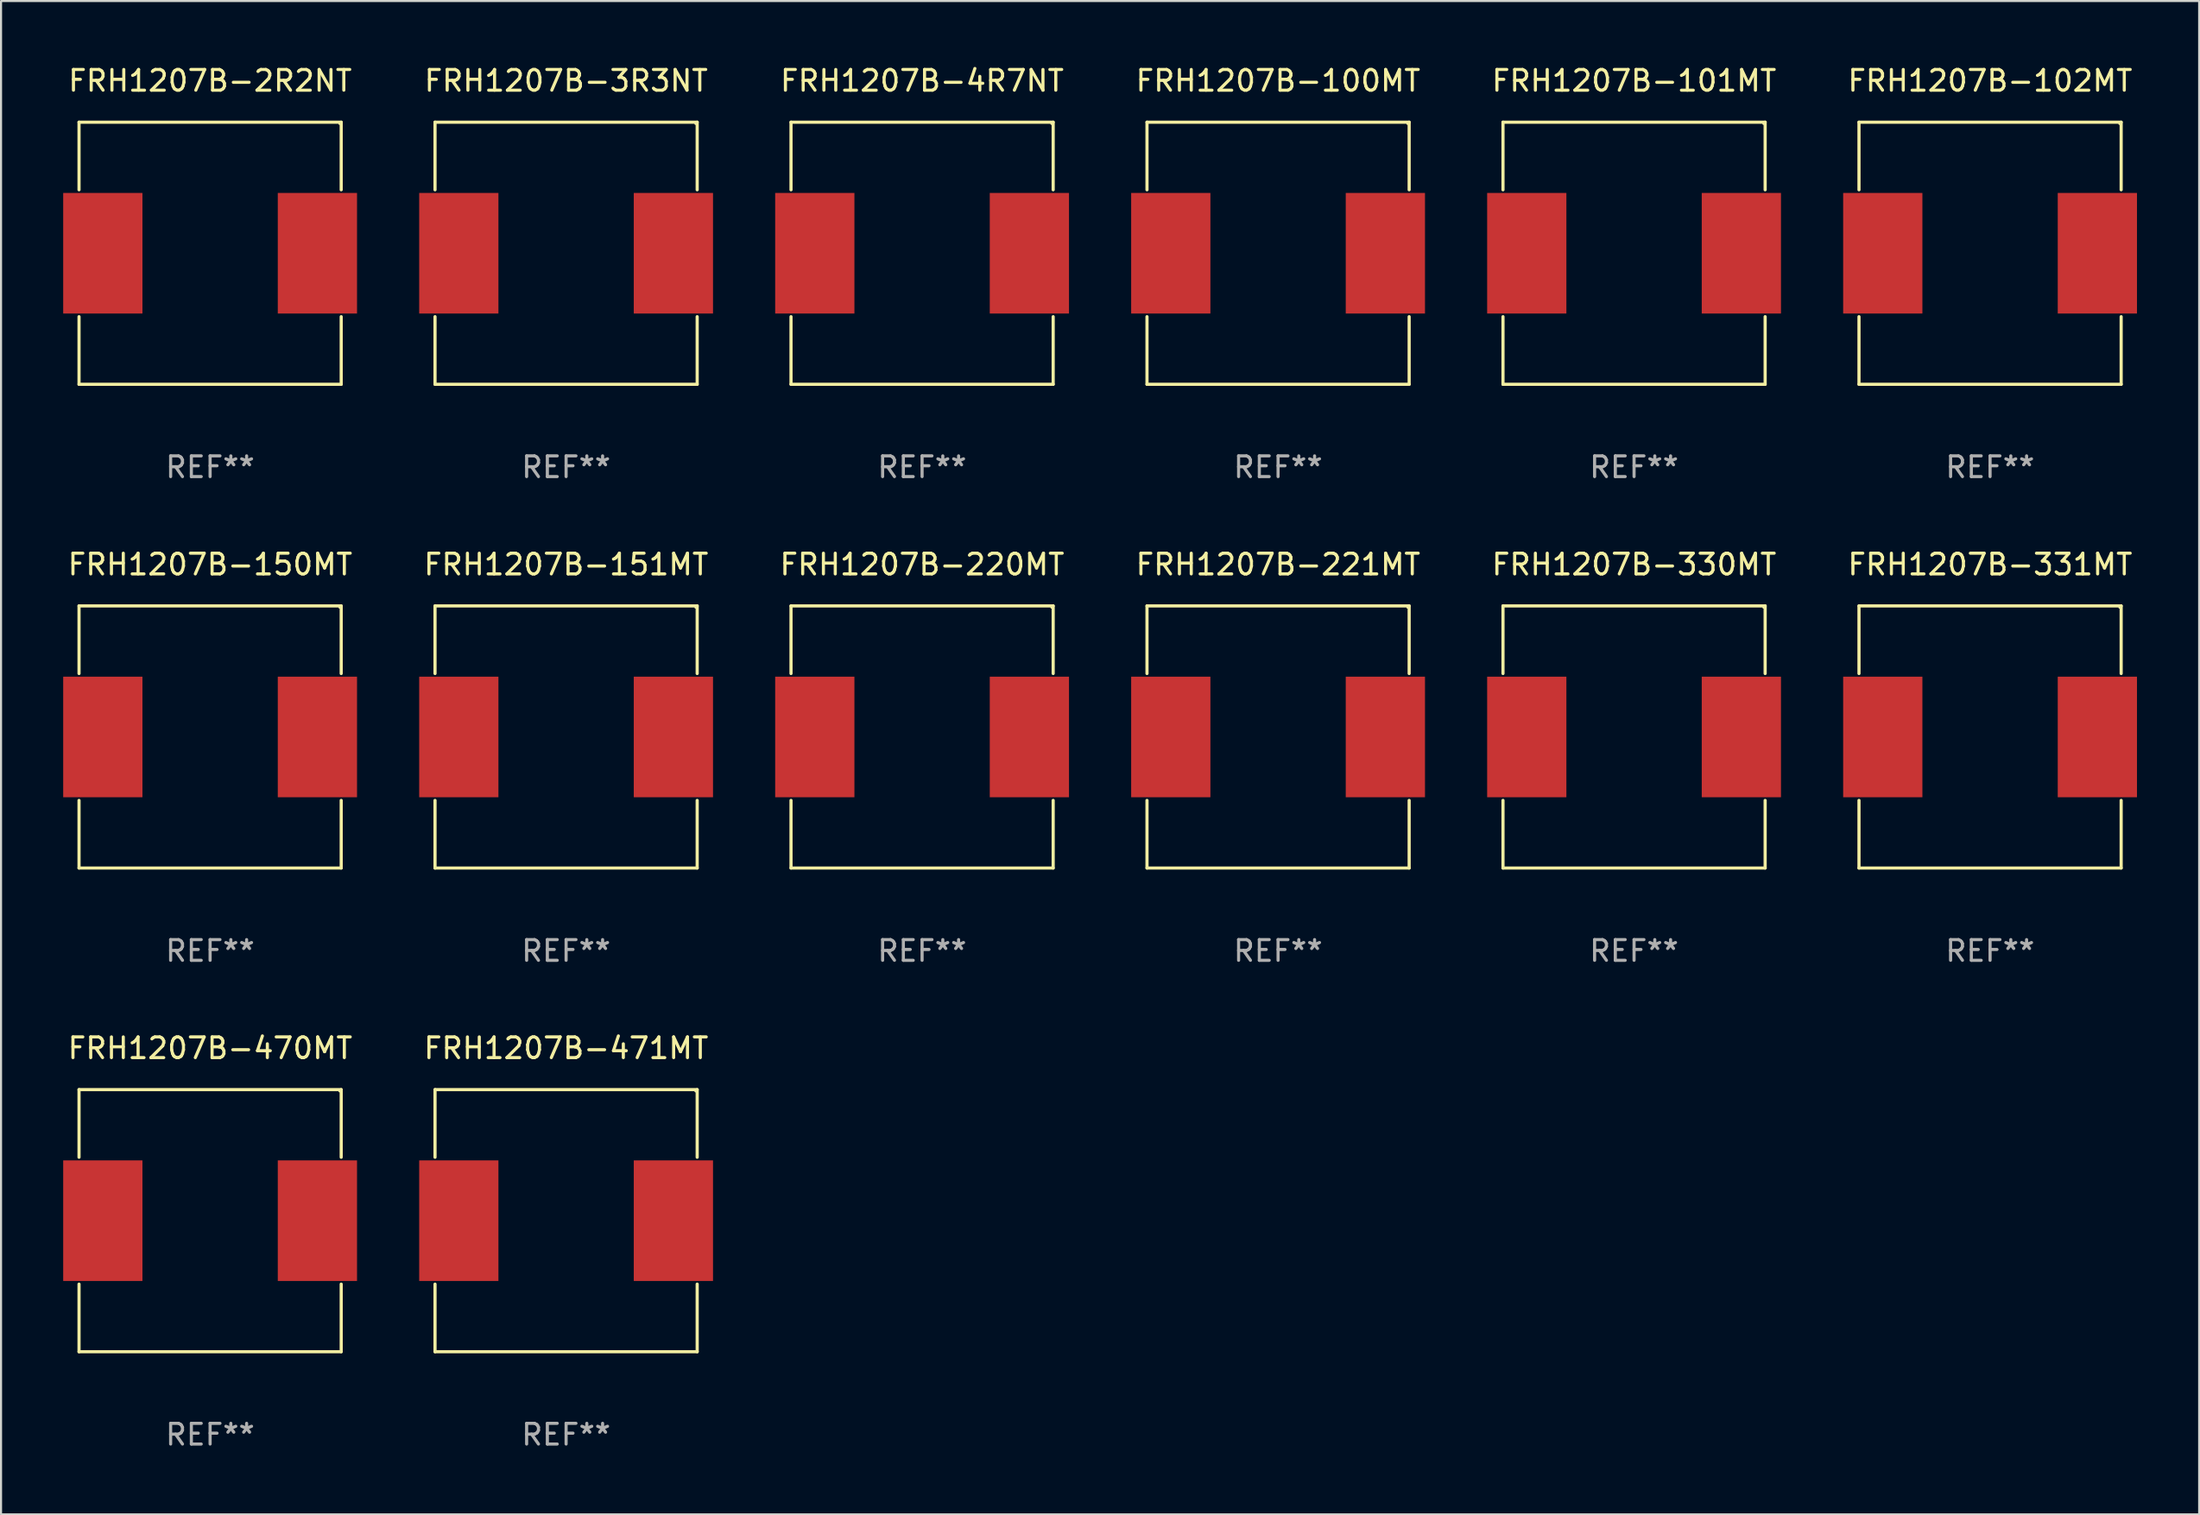
<source format=kicad_pcb>
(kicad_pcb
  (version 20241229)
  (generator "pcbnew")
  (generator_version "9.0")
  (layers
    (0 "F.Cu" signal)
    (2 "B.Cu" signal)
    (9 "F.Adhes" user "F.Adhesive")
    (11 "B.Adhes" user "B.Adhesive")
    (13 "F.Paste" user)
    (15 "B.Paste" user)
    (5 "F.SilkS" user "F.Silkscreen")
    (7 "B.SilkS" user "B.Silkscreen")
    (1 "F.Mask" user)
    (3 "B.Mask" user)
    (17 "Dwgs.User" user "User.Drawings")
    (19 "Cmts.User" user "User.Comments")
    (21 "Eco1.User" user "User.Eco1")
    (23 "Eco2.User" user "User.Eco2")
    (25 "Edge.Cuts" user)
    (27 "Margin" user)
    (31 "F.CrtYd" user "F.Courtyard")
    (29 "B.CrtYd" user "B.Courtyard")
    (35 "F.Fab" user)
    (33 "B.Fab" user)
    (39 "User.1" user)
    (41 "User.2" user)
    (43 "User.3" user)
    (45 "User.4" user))
  (footprint "FRH1207B-471MT"
    (layer "F.Cu")
    (at 24.27 55.872)
    (property "Reference" "FRH1207B-471MT" (at 0 -8.326 0) (layer "F.SilkS") (effects (font (size 1 1) (thickness 0.15))))
    (attr through_hole)
    (fp_line (start -6.326 -6.326) (end 6.326 -6.326) (stroke (width 0.152) (type solid)) (layer "F.SilkS"))
    (fp_line (start -6.326 -3.062) (end -6.326 -6.326) (stroke (width 0.152) (type solid)) (layer "F.SilkS"))
    (fp_line (start -6.326 3.062) (end -6.326 6.326) (stroke (width 0.152) (type solid)) (layer "F.SilkS"))
    (fp_line (start -6.326 6.326) (end 6.326 6.326) (stroke (width 0.152) (type solid)) (layer "F.SilkS"))
    (fp_line (start 6.326 -6.326) (end 6.326 -3.062) (stroke (width 0.152) (type solid)) (layer "F.SilkS"))
    (fp_line (start 6.326 6.326) (end 6.326 3.062) (stroke (width 0.152) (type solid)) (layer "F.SilkS"))
    (fp_circle (center 6.25 -6.25) (end 6.28 -6.25) (stroke (width 0.06) (type solid)) (fill no) (layer "F.SilkS"))
    (fp_text user "REF**" (at 0 10.326 0) (layer "F.Fab") (effects (font (size 1 1) (thickness 0.15))))
    (pad "1" smd rect (at 5.178 0) (size 3.824 5.82) (layers "F.Cu" "F.Mask" "F.Paste"))
    (pad "2" smd rect (at -5.178 0) (size 3.824 5.82) (layers "F.Cu" "F.Mask" "F.Paste")))
  (footprint "FRH1207B-220MT"
    (layer "F.Cu")
    (at 41.45 32.523)
    (property "Reference" "FRH1207B-220MT" (at 0 -8.326 0) (layer "F.SilkS") (effects (font (size 1 1) (thickness 0.15))))
    (attr through_hole)
    (fp_line (start -6.326 -6.326) (end 6.326 -6.326) (stroke (width 0.152) (type solid)) (layer "F.SilkS"))
    (fp_line (start -6.326 -3.062) (end -6.326 -6.326) (stroke (width 0.152) (type solid)) (layer "F.SilkS"))
    (fp_line (start -6.326 3.062) (end -6.326 6.326) (stroke (width 0.152) (type solid)) (layer "F.SilkS"))
    (fp_line (start -6.326 6.326) (end 6.326 6.326) (stroke (width 0.152) (type solid)) (layer "F.SilkS"))
    (fp_line (start 6.326 -6.326) (end 6.326 -3.062) (stroke (width 0.152) (type solid)) (layer "F.SilkS"))
    (fp_line (start 6.326 6.326) (end 6.326 3.062) (stroke (width 0.152) (type solid)) (layer "F.SilkS"))
    (fp_circle (center 6.25 -6.25) (end 6.28 -6.25) (stroke (width 0.06) (type solid)) (fill no) (layer "F.SilkS"))
    (fp_text user "REF**" (at 0 10.326 0) (layer "F.Fab") (effects (font (size 1 1) (thickness 0.15))))
    (pad "1" smd rect (at 5.178 0) (size 3.824 5.82) (layers "F.Cu" "F.Mask" "F.Paste"))
    (pad "2" smd rect (at -5.178 0) (size 3.824 5.82) (layers "F.Cu" "F.Mask" "F.Paste")))
  (footprint "FRH1207B-221MT"
    (layer "F.Cu")
    (at 58.63 32.523)
    (property "Reference" "FRH1207B-221MT" (at 0 -8.326 0) (layer "F.SilkS") (effects (font (size 1 1) (thickness 0.15))))
    (attr through_hole)
    (fp_line (start -6.326 -6.326) (end 6.326 -6.326) (stroke (width 0.152) (type solid)) (layer "F.SilkS"))
    (fp_line (start -6.326 -3.062) (end -6.326 -6.326) (stroke (width 0.152) (type solid)) (layer "F.SilkS"))
    (fp_line (start -6.326 3.062) (end -6.326 6.326) (stroke (width 0.152) (type solid)) (layer "F.SilkS"))
    (fp_line (start -6.326 6.326) (end 6.326 6.326) (stroke (width 0.152) (type solid)) (layer "F.SilkS"))
    (fp_line (start 6.326 -6.326) (end 6.326 -3.062) (stroke (width 0.152) (type solid)) (layer "F.SilkS"))
    (fp_line (start 6.326 6.326) (end 6.326 3.062) (stroke (width 0.152) (type solid)) (layer "F.SilkS"))
    (fp_circle (center 6.25 -6.25) (end 6.28 -6.25) (stroke (width 0.06) (type solid)) (fill no) (layer "F.SilkS"))
    (fp_text user "REF**" (at 0 10.326 0) (layer "F.Fab") (effects (font (size 1 1) (thickness 0.15))))
    (pad "1" smd rect (at 5.178 0) (size 3.824 5.82) (layers "F.Cu" "F.Mask" "F.Paste"))
    (pad "2" smd rect (at -5.178 0) (size 3.824 5.82) (layers "F.Cu" "F.Mask" "F.Paste")))
  (footprint "FRH1207B-151MT"
    (layer "F.Cu")
    (at 24.27 32.523)
    (property "Reference" "FRH1207B-151MT" (at 0 -8.326 0) (layer "F.SilkS") (effects (font (size 1 1) (thickness 0.15))))
    (attr through_hole)
    (fp_line (start -6.326 -6.326) (end 6.326 -6.326) (stroke (width 0.152) (type solid)) (layer "F.SilkS"))
    (fp_line (start -6.326 -3.062) (end -6.326 -6.326) (stroke (width 0.152) (type solid)) (layer "F.SilkS"))
    (fp_line (start -6.326 3.062) (end -6.326 6.326) (stroke (width 0.152) (type solid)) (layer "F.SilkS"))
    (fp_line (start -6.326 6.326) (end 6.326 6.326) (stroke (width 0.152) (type solid)) (layer "F.SilkS"))
    (fp_line (start 6.326 -6.326) (end 6.326 -3.062) (stroke (width 0.152) (type solid)) (layer "F.SilkS"))
    (fp_line (start 6.326 6.326) (end 6.326 3.062) (stroke (width 0.152) (type solid)) (layer "F.SilkS"))
    (fp_circle (center 6.25 -6.25) (end 6.28 -6.25) (stroke (width 0.06) (type solid)) (fill no) (layer "F.SilkS"))
    (fp_text user "REF**" (at 0 10.326 0) (layer "F.Fab") (effects (font (size 1 1) (thickness 0.15))))
    (pad "1" smd rect (at 5.178 0) (size 3.824 5.82) (layers "F.Cu" "F.Mask" "F.Paste"))
    (pad "2" smd rect (at -5.178 0) (size 3.824 5.82) (layers "F.Cu" "F.Mask" "F.Paste")))
  (footprint "FRH1207B-102MT"
    (layer "F.Cu")
    (at 92.991 9.174)
    (property "Reference" "FRH1207B-102MT" (at 0 -8.326 0) (layer "F.SilkS") (effects (font (size 1 1) (thickness 0.15))))
    (attr through_hole)
    (fp_line (start -6.326 -6.326) (end 6.326 -6.326) (stroke (width 0.152) (type solid)) (layer "F.SilkS"))
    (fp_line (start -6.326 -3.062) (end -6.326 -6.326) (stroke (width 0.152) (type solid)) (layer "F.SilkS"))
    (fp_line (start -6.326 3.062) (end -6.326 6.326) (stroke (width 0.152) (type solid)) (layer "F.SilkS"))
    (fp_line (start -6.326 6.326) (end 6.326 6.326) (stroke (width 0.152) (type solid)) (layer "F.SilkS"))
    (fp_line (start 6.326 -6.326) (end 6.326 -3.062) (stroke (width 0.152) (type solid)) (layer "F.SilkS"))
    (fp_line (start 6.326 6.326) (end 6.326 3.062) (stroke (width 0.152) (type solid)) (layer "F.SilkS"))
    (fp_circle (center 6.25 -6.25) (end 6.28 -6.25) (stroke (width 0.06) (type solid)) (fill no) (layer "F.SilkS"))
    (fp_text user "REF**" (at 0 10.326 0) (layer "F.Fab") (effects (font (size 1 1) (thickness 0.15))))
    (pad "1" smd rect (at 5.178 0) (size 3.824 5.82) (layers "F.Cu" "F.Mask" "F.Paste"))
    (pad "2" smd rect (at -5.178 0) (size 3.824 5.82) (layers "F.Cu" "F.Mask" "F.Paste")))
  (footprint "FRH1207B-470MT"
    (layer "F.Cu")
    (at 7.09 55.872)
    (property "Reference" "FRH1207B-470MT" (at 0 -8.326 0) (layer "F.SilkS") (effects (font (size 1 1) (thickness 0.15))))
    (attr through_hole)
    (fp_line (start -6.326 -6.326) (end 6.326 -6.326) (stroke (width 0.152) (type solid)) (layer "F.SilkS"))
    (fp_line (start -6.326 -3.062) (end -6.326 -6.326) (stroke (width 0.152) (type solid)) (layer "F.SilkS"))
    (fp_line (start -6.326 3.062) (end -6.326 6.326) (stroke (width 0.152) (type solid)) (layer "F.SilkS"))
    (fp_line (start -6.326 6.326) (end 6.326 6.326) (stroke (width 0.152) (type solid)) (layer "F.SilkS"))
    (fp_line (start 6.326 -6.326) (end 6.326 -3.062) (stroke (width 0.152) (type solid)) (layer "F.SilkS"))
    (fp_line (start 6.326 6.326) (end 6.326 3.062) (stroke (width 0.152) (type solid)) (layer "F.SilkS"))
    (fp_circle (center 6.25 -6.25) (end 6.28 -6.25) (stroke (width 0.06) (type solid)) (fill no) (layer "F.SilkS"))
    (fp_text user "REF**" (at 0 10.326 0) (layer "F.Fab") (effects (font (size 1 1) (thickness 0.15))))
    (pad "1" smd rect (at 5.178 0) (size 3.824 5.82) (layers "F.Cu" "F.Mask" "F.Paste"))
    (pad "2" smd rect (at -5.178 0) (size 3.824 5.82) (layers "F.Cu" "F.Mask" "F.Paste")))
  (footprint "FRH1207B-330MT"
    (layer "F.Cu")
    (at 75.81 32.523)
    (property "Reference" "FRH1207B-330MT" (at 0 -8.326 0) (layer "F.SilkS") (effects (font (size 1 1) (thickness 0.15))))
    (attr through_hole)
    (fp_line (start -6.326 -6.326) (end 6.326 -6.326) (stroke (width 0.152) (type solid)) (layer "F.SilkS"))
    (fp_line (start -6.326 -3.062) (end -6.326 -6.326) (stroke (width 0.152) (type solid)) (layer "F.SilkS"))
    (fp_line (start -6.326 3.062) (end -6.326 6.326) (stroke (width 0.152) (type solid)) (layer "F.SilkS"))
    (fp_line (start -6.326 6.326) (end 6.326 6.326) (stroke (width 0.152) (type solid)) (layer "F.SilkS"))
    (fp_line (start 6.326 -6.326) (end 6.326 -3.062) (stroke (width 0.152) (type solid)) (layer "F.SilkS"))
    (fp_line (start 6.326 6.326) (end 6.326 3.062) (stroke (width 0.152) (type solid)) (layer "F.SilkS"))
    (fp_circle (center 6.25 -6.25) (end 6.28 -6.25) (stroke (width 0.06) (type solid)) (fill no) (layer "F.SilkS"))
    (fp_text user "REF**" (at 0 10.326 0) (layer "F.Fab") (effects (font (size 1 1) (thickness 0.15))))
    (pad "1" smd rect (at 5.178 0) (size 3.824 5.82) (layers "F.Cu" "F.Mask" "F.Paste"))
    (pad "2" smd rect (at -5.178 0) (size 3.824 5.82) (layers "F.Cu" "F.Mask" "F.Paste")))
  (footprint "FRH1207B-100MT"
    (layer "F.Cu")
    (at 58.63 9.174)
    (property "Reference" "FRH1207B-100MT" (at 0 -8.326 0) (layer "F.SilkS") (effects (font (size 1 1) (thickness 0.15))))
    (attr through_hole)
    (fp_line (start -6.326 -6.326) (end 6.326 -6.326) (stroke (width 0.152) (type solid)) (layer "F.SilkS"))
    (fp_line (start -6.326 -3.062) (end -6.326 -6.326) (stroke (width 0.152) (type solid)) (layer "F.SilkS"))
    (fp_line (start -6.326 3.062) (end -6.326 6.326) (stroke (width 0.152) (type solid)) (layer "F.SilkS"))
    (fp_line (start -6.326 6.326) (end 6.326 6.326) (stroke (width 0.152) (type solid)) (layer "F.SilkS"))
    (fp_line (start 6.326 -6.326) (end 6.326 -3.062) (stroke (width 0.152) (type solid)) (layer "F.SilkS"))
    (fp_line (start 6.326 6.326) (end 6.326 3.062) (stroke (width 0.152) (type solid)) (layer "F.SilkS"))
    (fp_circle (center 6.25 -6.25) (end 6.28 -6.25) (stroke (width 0.06) (type solid)) (fill no) (layer "F.SilkS"))
    (fp_text user "REF**" (at 0 10.326 0) (layer "F.Fab") (effects (font (size 1 1) (thickness 0.15))))
    (pad "1" smd rect (at 5.178 0) (size 3.824 5.82) (layers "F.Cu" "F.Mask" "F.Paste"))
    (pad "2" smd rect (at -5.178 0) (size 3.824 5.82) (layers "F.Cu" "F.Mask" "F.Paste")))
  (footprint "FRH1207B-3R3NT"
    (layer "F.Cu")
    (at 24.27 9.174)
    (property "Reference" "FRH1207B-3R3NT" (at 0 -8.326 0) (layer "F.SilkS") (effects (font (size 1 1) (thickness 0.15))))
    (attr through_hole)
    (fp_line (start -6.326 -6.326) (end 6.326 -6.326) (stroke (width 0.152) (type solid)) (layer "F.SilkS"))
    (fp_line (start -6.326 -3.062) (end -6.326 -6.326) (stroke (width 0.152) (type solid)) (layer "F.SilkS"))
    (fp_line (start -6.326 3.062) (end -6.326 6.326) (stroke (width 0.152) (type solid)) (layer "F.SilkS"))
    (fp_line (start -6.326 6.326) (end 6.326 6.326) (stroke (width 0.152) (type solid)) (layer "F.SilkS"))
    (fp_line (start 6.326 -6.326) (end 6.326 -3.062) (stroke (width 0.152) (type solid)) (layer "F.SilkS"))
    (fp_line (start 6.326 6.326) (end 6.326 3.062) (stroke (width 0.152) (type solid)) (layer "F.SilkS"))
    (fp_circle (center 6.25 -6.25) (end 6.28 -6.25) (stroke (width 0.06) (type solid)) (fill no) (layer "F.SilkS"))
    (fp_text user "REF**" (at 0 10.326 0) (layer "F.Fab") (effects (font (size 1 1) (thickness 0.15))))
    (pad "1" smd rect (at 5.178 0) (size 3.824 5.82) (layers "F.Cu" "F.Mask" "F.Paste"))
    (pad "2" smd rect (at -5.178 0) (size 3.824 5.82) (layers "F.Cu" "F.Mask" "F.Paste")))
  (footprint "FRH1207B-150MT"
    (layer "F.Cu")
    (at 7.09 32.523)
    (property "Reference" "FRH1207B-150MT" (at 0 -8.326 0) (layer "F.SilkS") (effects (font (size 1 1) (thickness 0.15))))
    (attr through_hole)
    (fp_line (start -6.326 -6.326) (end 6.326 -6.326) (stroke (width 0.152) (type solid)) (layer "F.SilkS"))
    (fp_line (start -6.326 -3.062) (end -6.326 -6.326) (stroke (width 0.152) (type solid)) (layer "F.SilkS"))
    (fp_line (start -6.326 3.062) (end -6.326 6.326) (stroke (width 0.152) (type solid)) (layer "F.SilkS"))
    (fp_line (start -6.326 6.326) (end 6.326 6.326) (stroke (width 0.152) (type solid)) (layer "F.SilkS"))
    (fp_line (start 6.326 -6.326) (end 6.326 -3.062) (stroke (width 0.152) (type solid)) (layer "F.SilkS"))
    (fp_line (start 6.326 6.326) (end 6.326 3.062) (stroke (width 0.152) (type solid)) (layer "F.SilkS"))
    (fp_circle (center 6.25 -6.25) (end 6.28 -6.25) (stroke (width 0.06) (type solid)) (fill no) (layer "F.SilkS"))
    (fp_text user "REF**" (at 0 10.326 0) (layer "F.Fab") (effects (font (size 1 1) (thickness 0.15))))
    (pad "1" smd rect (at 5.178 0) (size 3.824 5.82) (layers "F.Cu" "F.Mask" "F.Paste"))
    (pad "2" smd rect (at -5.178 0) (size 3.824 5.82) (layers "F.Cu" "F.Mask" "F.Paste")))
  (footprint "FRH1207B-4R7NT"
    (layer "F.Cu")
    (at 41.45 9.174)
    (property "Reference" "FRH1207B-4R7NT" (at 0 -8.326 0) (layer "F.SilkS") (effects (font (size 1 1) (thickness 0.15))))
    (attr through_hole)
    (fp_line (start -6.326 -6.326) (end 6.326 -6.326) (stroke (width 0.152) (type solid)) (layer "F.SilkS"))
    (fp_line (start -6.326 -3.062) (end -6.326 -6.326) (stroke (width 0.152) (type solid)) (layer "F.SilkS"))
    (fp_line (start -6.326 3.062) (end -6.326 6.326) (stroke (width 0.152) (type solid)) (layer "F.SilkS"))
    (fp_line (start -6.326 6.326) (end 6.326 6.326) (stroke (width 0.152) (type solid)) (layer "F.SilkS"))
    (fp_line (start 6.326 -6.326) (end 6.326 -3.062) (stroke (width 0.152) (type solid)) (layer "F.SilkS"))
    (fp_line (start 6.326 6.326) (end 6.326 3.062) (stroke (width 0.152) (type solid)) (layer "F.SilkS"))
    (fp_circle (center 6.25 -6.25) (end 6.28 -6.25) (stroke (width 0.06) (type solid)) (fill no) (layer "F.SilkS"))
    (fp_text user "REF**" (at 0 10.326 0) (layer "F.Fab") (effects (font (size 1 1) (thickness 0.15))))
    (pad "1" smd rect (at 5.178 0) (size 3.824 5.82) (layers "F.Cu" "F.Mask" "F.Paste"))
    (pad "2" smd rect (at -5.178 0) (size 3.824 5.82) (layers "F.Cu" "F.Mask" "F.Paste")))
  (footprint "FRH1207B-101MT"
    (layer "F.Cu")
    (at 75.81 9.174)
    (property "Reference" "FRH1207B-101MT" (at 0 -8.326 0) (layer "F.SilkS") (effects (font (size 1 1) (thickness 0.15))))
    (attr through_hole)
    (fp_line (start -6.326 -6.326) (end 6.326 -6.326) (stroke (width 0.152) (type solid)) (layer "F.SilkS"))
    (fp_line (start -6.326 -3.062) (end -6.326 -6.326) (stroke (width 0.152) (type solid)) (layer "F.SilkS"))
    (fp_line (start -6.326 3.062) (end -6.326 6.326) (stroke (width 0.152) (type solid)) (layer "F.SilkS"))
    (fp_line (start -6.326 6.326) (end 6.326 6.326) (stroke (width 0.152) (type solid)) (layer "F.SilkS"))
    (fp_line (start 6.326 -6.326) (end 6.326 -3.062) (stroke (width 0.152) (type solid)) (layer "F.SilkS"))
    (fp_line (start 6.326 6.326) (end 6.326 3.062) (stroke (width 0.152) (type solid)) (layer "F.SilkS"))
    (fp_circle (center 6.25 -6.25) (end 6.28 -6.25) (stroke (width 0.06) (type solid)) (fill no) (layer "F.SilkS"))
    (fp_text user "REF**" (at 0 10.326 0) (layer "F.Fab") (effects (font (size 1 1) (thickness 0.15))))
    (pad "1" smd rect (at 5.178 0) (size 3.824 5.82) (layers "F.Cu" "F.Mask" "F.Paste"))
    (pad "2" smd rect (at -5.178 0) (size 3.824 5.82) (layers "F.Cu" "F.Mask" "F.Paste")))
  (footprint "FRH1207B-2R2NT"
    (layer "F.Cu")
    (at 7.09 9.174)
    (property "Reference" "FRH1207B-2R2NT" (at 0 -8.326 0) (layer "F.SilkS") (effects (font (size 1 1) (thickness 0.15))))
    (attr through_hole)
    (fp_line (start -6.326 -6.326) (end 6.326 -6.326) (stroke (width 0.152) (type solid)) (layer "F.SilkS"))
    (fp_line (start -6.326 -3.062) (end -6.326 -6.326) (stroke (width 0.152) (type solid)) (layer "F.SilkS"))
    (fp_line (start -6.326 3.062) (end -6.326 6.326) (stroke (width 0.152) (type solid)) (layer "F.SilkS"))
    (fp_line (start -6.326 6.326) (end 6.326 6.326) (stroke (width 0.152) (type solid)) (layer "F.SilkS"))
    (fp_line (start 6.326 -6.326) (end 6.326 -3.062) (stroke (width 0.152) (type solid)) (layer "F.SilkS"))
    (fp_line (start 6.326 6.326) (end 6.326 3.062) (stroke (width 0.152) (type solid)) (layer "F.SilkS"))
    (fp_circle (center 6.25 -6.25) (end 6.28 -6.25) (stroke (width 0.06) (type solid)) (fill no) (layer "F.SilkS"))
    (fp_text user "REF**" (at 0 10.326 0) (layer "F.Fab") (effects (font (size 1 1) (thickness 0.15))))
    (pad "1" smd rect (at 5.178 0) (size 3.824 5.82) (layers "F.Cu" "F.Mask" "F.Paste"))
    (pad "2" smd rect (at -5.178 0) (size 3.824 5.82) (layers "F.Cu" "F.Mask" "F.Paste")))
  (footprint "FRH1207B-331MT"
    (layer "F.Cu")
    (at 92.991 32.523)
    (property "Reference" "FRH1207B-331MT" (at 0 -8.326 0) (layer "F.SilkS") (effects (font (size 1 1) (thickness 0.15))))
    (attr through_hole)
    (fp_line (start -6.326 -6.326) (end 6.326 -6.326) (stroke (width 0.152) (type solid)) (layer "F.SilkS"))
    (fp_line (start -6.326 -3.062) (end -6.326 -6.326) (stroke (width 0.152) (type solid)) (layer "F.SilkS"))
    (fp_line (start -6.326 3.062) (end -6.326 6.326) (stroke (width 0.152) (type solid)) (layer "F.SilkS"))
    (fp_line (start -6.326 6.326) (end 6.326 6.326) (stroke (width 0.152) (type solid)) (layer "F.SilkS"))
    (fp_line (start 6.326 -6.326) (end 6.326 -3.062) (stroke (width 0.152) (type solid)) (layer "F.SilkS"))
    (fp_line (start 6.326 6.326) (end 6.326 3.062) (stroke (width 0.152) (type solid)) (layer "F.SilkS"))
    (fp_circle (center 6.25 -6.25) (end 6.28 -6.25) (stroke (width 0.06) (type solid)) (fill no) (layer "F.SilkS"))
    (fp_text user "REF**" (at 0 10.326 0) (layer "F.Fab") (effects (font (size 1 1) (thickness 0.15))))
    (pad "1" smd rect (at 5.178 0) (size 3.824 5.82) (layers "F.Cu" "F.Mask" "F.Paste"))
    (pad "2" smd rect (at -5.178 0) (size 3.824 5.82) (layers "F.Cu" "F.Mask" "F.Paste")))
  (gr_rect
    (start -3 -3)
    (end 103.081 70.047)
    (stroke (width 0.1) (type default))
    (fill no)
    (layer "Edge.Cuts")))
</source>
